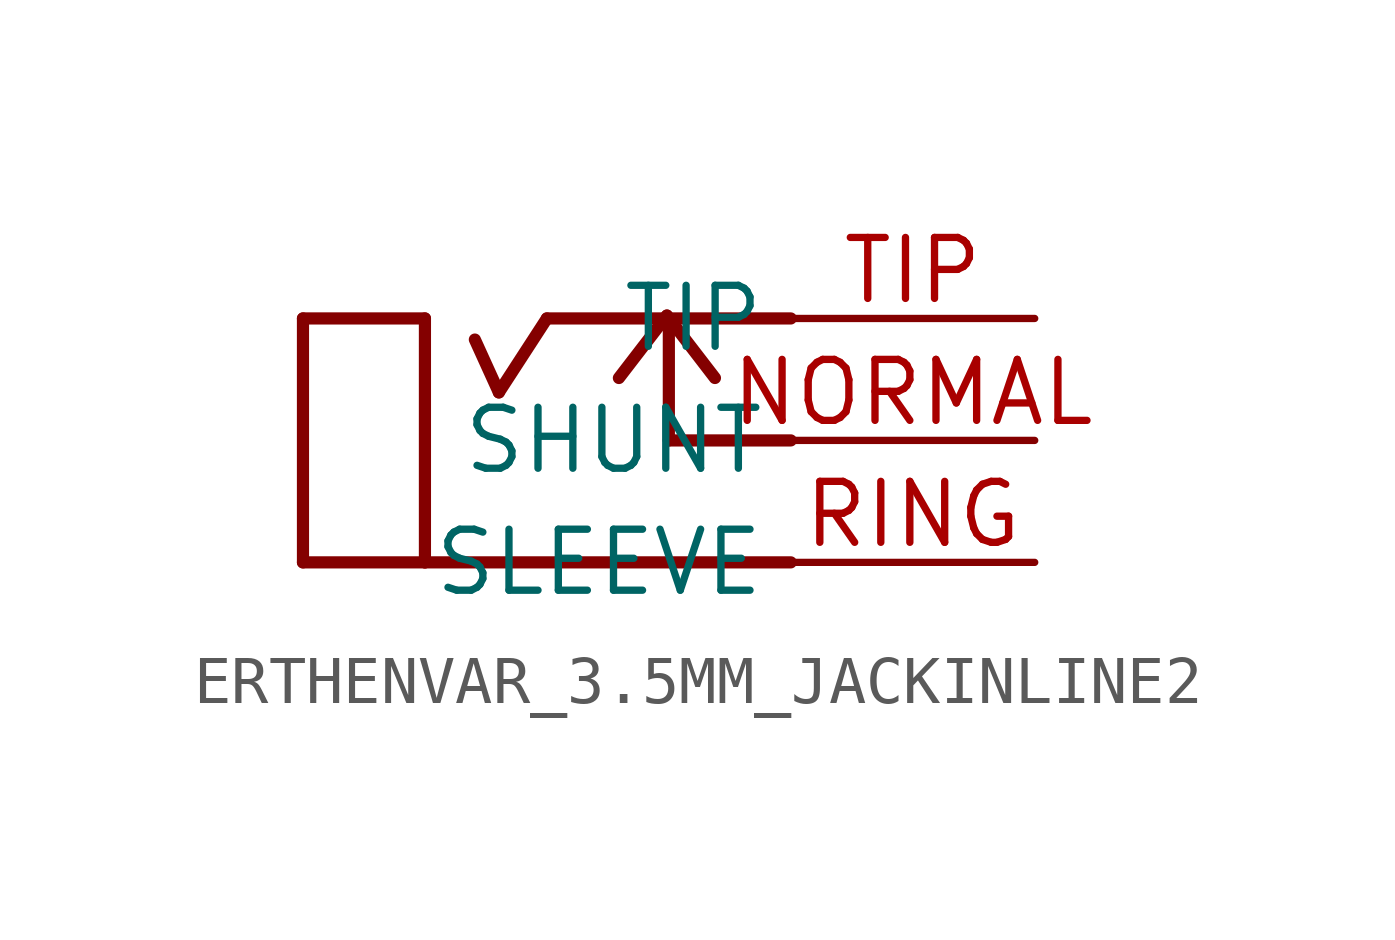
<source format=kicad_sym>
(kicad_symbol_lib
  (version 20211014)
  (generator kicad_symbol_editor)
  (symbol "ERTHENVAR_3.5MM_JACKINLINE2"
    (property "Reference" ""
      (at 0 0 0)
      (effects (font (size 1.27 1.27)) hide))
    (property "ki_locked" ""
      (at 0 0 0)
      (effects (font (size 1.27 1.27))))
    (symbol "ERTHENVAR_3.5MM_JACKINLINE2_1_0"
      (polyline (pts (xy -5.08 -2.54) (xy -5.08 2.54)) (stroke (width 0.254) (type default) (color 0 0 0 0)) (fill (type none)))
      (polyline (pts (xy -5.08 -2.54) (xy -2.54 -2.54)) (stroke (width 0.254) (type default) (color 0 0 0 0)) (fill (type none)))
      (polyline (pts (xy -5.08 2.54) (xy -2.54 2.54)) (stroke (width 0.254) (type default) (color 0 0 0 0)) (fill (type none)))
      (polyline (pts (xy -2.54 -2.54) (xy 5.08 -2.54)) (stroke (width 0.254) (type default) (color 0 0 0 0)) (fill (type none)))
      (polyline (pts (xy -2.54 2.54) (xy -2.54 -2.54)) (stroke (width 0.254) (type default) (color 0 0 0 0)) (fill (type none)))
      (polyline (pts (xy -1 1) (xy -1.5 2.1)) (stroke (width 0.254) (type default) (color 0 0 0 0)) (fill (type none)))
      (polyline (pts (xy -1 1) (xy 0 2.54)) (stroke (width 0.254) (type default) (color 0 0 0 0)) (fill (type none)))
      (polyline (pts (xy 0 2.54) (xy 2.54 2.54)) (stroke (width 0.254) (type default) (color 0 0 0 0)) (fill (type none)))
      (polyline (pts (xy 2.5 2.6) (xy 1.5 1.3)) (stroke (width 0.254) (type default) (color 0 0 0 0)) (fill (type none)))
      (polyline (pts (xy 2.5 2.6) (xy 3.5 1.3)) (stroke (width 0.254) (type default) (color 0 0 0 0)) (fill (type none)))
      (polyline (pts (xy 2.54 0) (xy 2.54 2.54)) (stroke (width 0.254) (type default) (color 0 0 0 0)) (fill (type none)))
      (polyline (pts (xy 2.54 2.54) (xy 5.08 2.54)) (stroke (width 0.254) (type default) (color 0 0 0 0)) (fill (type none)))
      (polyline (pts (xy 5.08 0) (xy 2.54 0)) (stroke (width 0.254) (type default) (color 0 0 0 0)) (fill (type none)))
      (pin bidirectional line (at 10.16 0 180) (length 5.08) (name "SHUNT" (effects (font (size 1.27 1.27)))) (number "NORMAL" (effects (font (size 1.27 1.27)))))
      (pin bidirectional line (at 10.16 -2.54 180) (length 5.08) (name "SLEEVE" (effects (font (size 1.27 1.27)))) (number "RING" (effects (font (size 1.27 1.27)))))
      (pin bidirectional line (at 10.16 2.54 180) (length 5.08) (name "TIP" (effects (font (size 1.27 1.27)))) (number "TIP" (effects (font (size 1.27 1.27))))))))
</source>
